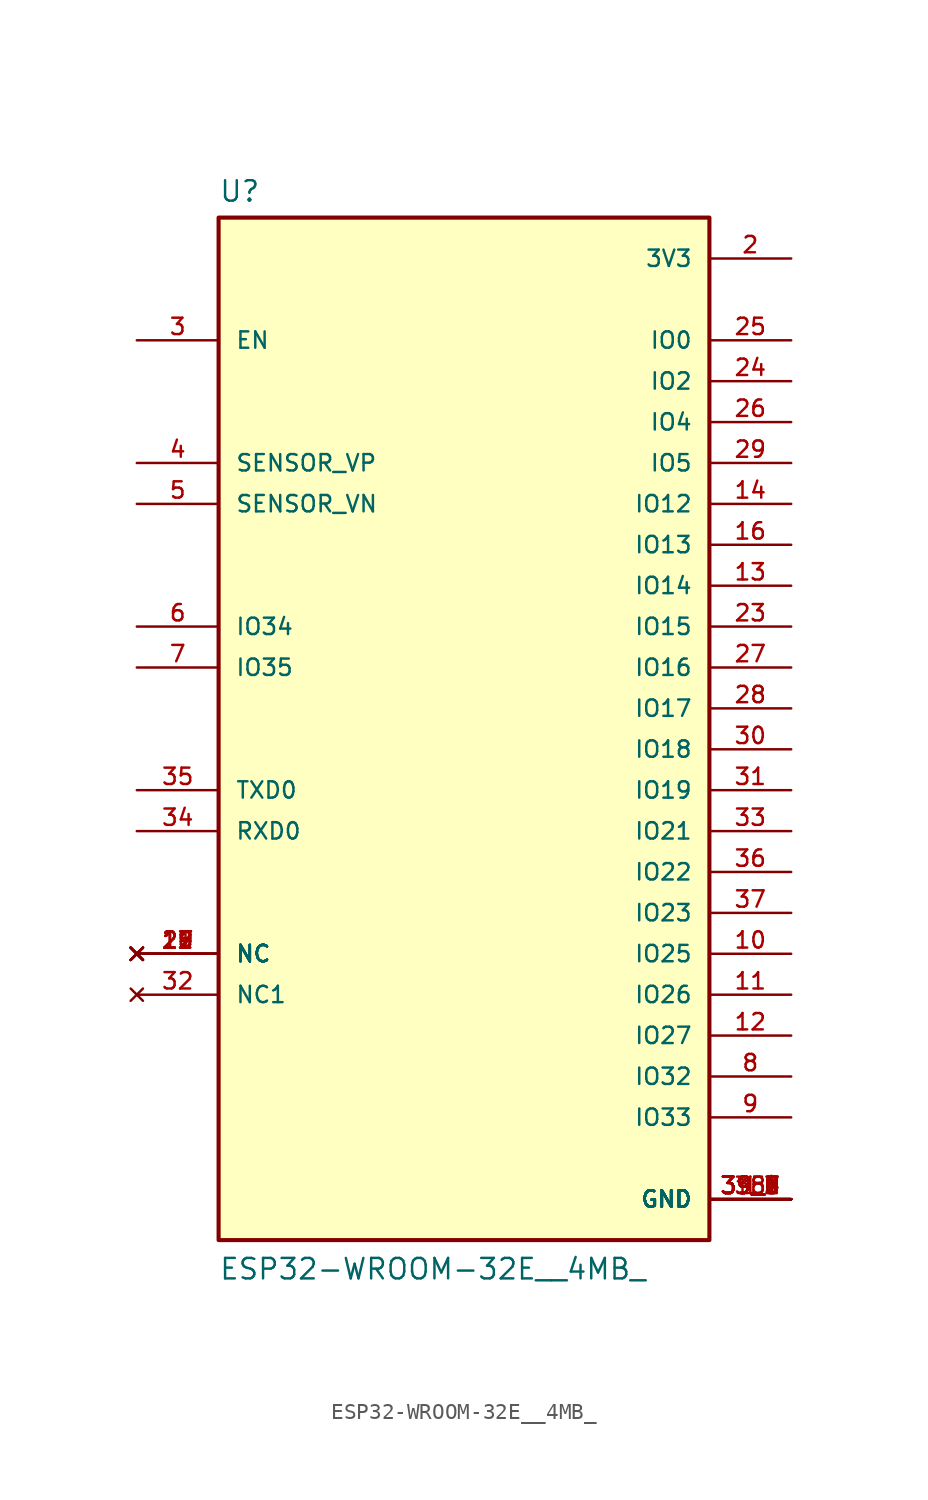
<source format=kicad_sym>
(kicad_symbol_lib
  (version 20211014)
  (generator kicad_symbol_editor)
  (symbol "ESP32-WROOM-32E__4MB_"
    (pin_names
      (offset 1.016))
    (property "Reference" "U"
      (at -15.24 33.909 0)
      (effects (font (size 1.27 1.27)) (justify bottom left)))
    (property "Value" "ESP32-WROOM-32E__4MB_"
      (at -15.24 -33.02 0)
      (effects (font (size 1.27 1.27)) (justify bottom left)))
    (symbol "ESP32-WROOM-32E__4MB__0_0"
      (rectangle (start -15.24 -30.48) (end 15.24 33.02) (stroke (width 0.254)) (fill (type background)))
      (pin power_in line (at 20.32 -27.94 180.0) (length 5.08) (name "GND" (effects (font (size 1.016 1.016)))) (number "1" (effects (font (size 1.016 1.016)))))
      (pin power_in line (at 20.32 -27.94 180.0) (length 5.08) (name "GND" (effects (font (size 1.016 1.016)))) (number "15" (effects (font (size 1.016 1.016)))))
      (pin power_in line (at 20.32 -27.94 180.0) (length 5.08) (name "GND" (effects (font (size 1.016 1.016)))) (number "38" (effects (font (size 1.016 1.016)))))
      (pin power_in line (at 20.32 -27.94 180.0) (length 5.08) (name "GND" (effects (font (size 1.016 1.016)))) (number "39_1" (effects (font (size 1.016 1.016)))))
      (pin power_in line (at 20.32 -27.94 180.0) (length 5.08) (name "GND" (effects (font (size 1.016 1.016)))) (number "39_2" (effects (font (size 1.016 1.016)))))
      (pin power_in line (at 20.32 -27.94 180.0) (length 5.08) (name "GND" (effects (font (size 1.016 1.016)))) (number "39_3" (effects (font (size 1.016 1.016)))))
      (pin power_in line (at 20.32 -27.94 180.0) (length 5.08) (name "GND" (effects (font (size 1.016 1.016)))) (number "39_4" (effects (font (size 1.016 1.016)))))
      (pin power_in line (at 20.32 -27.94 180.0) (length 5.08) (name "GND" (effects (font (size 1.016 1.016)))) (number "39_5" (effects (font (size 1.016 1.016)))))
      (pin power_in line (at 20.32 -27.94 180.0) (length 5.08) (name "GND" (effects (font (size 1.016 1.016)))) (number "39_6" (effects (font (size 1.016 1.016)))))
      (pin power_in line (at 20.32 -27.94 180.0) (length 5.08) (name "GND" (effects (font (size 1.016 1.016)))) (number "39_7" (effects (font (size 1.016 1.016)))))
      (pin power_in line (at 20.32 -27.94 180.0) (length 5.08) (name "GND" (effects (font (size 1.016 1.016)))) (number "39_8" (effects (font (size 1.016 1.016)))))
      (pin power_in line (at 20.32 -27.94 180.0) (length 5.08) (name "GND" (effects (font (size 1.016 1.016)))) (number "39_9" (effects (font (size 1.016 1.016)))))
      (pin power_in line (at 20.32 30.48 180.0) (length 5.08) (name "3V3" (effects (font (size 1.016 1.016)))) (number "2" (effects (font (size 1.016 1.016)))))
      (pin input line (at -20.32 25.4 0) (length 5.08) (name "EN" (effects (font (size 1.016 1.016)))) (number "3" (effects (font (size 1.016 1.016)))))
      (pin input line (at -20.32 17.78 0) (length 5.08) (name "SENSOR_VP" (effects (font (size 1.016 1.016)))) (number "4" (effects (font (size 1.016 1.016)))))
      (pin input line (at -20.32 15.24 0) (length 5.08) (name "SENSOR_VN" (effects (font (size 1.016 1.016)))) (number "5" (effects (font (size 1.016 1.016)))))
      (pin input line (at -20.32 7.62 0) (length 5.08) (name "IO34" (effects (font (size 1.016 1.016)))) (number "6" (effects (font (size 1.016 1.016)))))
      (pin input line (at -20.32 5.08 0) (length 5.08) (name "IO35" (effects (font (size 1.016 1.016)))) (number "7" (effects (font (size 1.016 1.016)))))
      (pin bidirectional line (at 20.32 -22.86 180.0) (length 5.08) (name "IO33" (effects (font (size 1.016 1.016)))) (number "9" (effects (font (size 1.016 1.016)))))
      (pin bidirectional line (at 20.32 -20.32 180.0) (length 5.08) (name "IO32" (effects (font (size 1.016 1.016)))) (number "8" (effects (font (size 1.016 1.016)))))
      (pin bidirectional line (at 20.32 -12.7 180.0) (length 5.08) (name "IO25" (effects (font (size 1.016 1.016)))) (number "10" (effects (font (size 1.016 1.016)))))
      (pin bidirectional line (at 20.32 -15.24 180.0) (length 5.08) (name "IO26" (effects (font (size 1.016 1.016)))) (number "11" (effects (font (size 1.016 1.016)))))
      (pin bidirectional line (at 20.32 -17.78 180.0) (length 5.08) (name "IO27" (effects (font (size 1.016 1.016)))) (number "12" (effects (font (size 1.016 1.016)))))
      (pin bidirectional line (at 20.32 10.16 180.0) (length 5.08) (name "IO14" (effects (font (size 1.016 1.016)))) (number "13" (effects (font (size 1.016 1.016)))))
      (pin bidirectional line (at 20.32 15.24 180.0) (length 5.08) (name "IO12" (effects (font (size 1.016 1.016)))) (number "14" (effects (font (size 1.016 1.016)))))
      (pin bidirectional line (at 20.32 12.7 180.0) (length 5.08) (name "IO13" (effects (font (size 1.016 1.016)))) (number "16" (effects (font (size 1.016 1.016)))))
      (pin bidirectional line (at 20.32 7.62 180.0) (length 5.08) (name "IO15" (effects (font (size 1.016 1.016)))) (number "23" (effects (font (size 1.016 1.016)))))
      (pin bidirectional line (at 20.32 22.86 180.0) (length 5.08) (name "IO2" (effects (font (size 1.016 1.016)))) (number "24" (effects (font (size 1.016 1.016)))))
      (pin bidirectional line (at 20.32 25.4 180.0) (length 5.08) (name "IO0" (effects (font (size 1.016 1.016)))) (number "25" (effects (font (size 1.016 1.016)))))
      (pin bidirectional line (at 20.32 20.32 180.0) (length 5.08) (name "IO4" (effects (font (size 1.016 1.016)))) (number "26" (effects (font (size 1.016 1.016)))))
      (pin bidirectional line (at 20.32 5.08 180.0) (length 5.08) (name "IO16" (effects (font (size 1.016 1.016)))) (number "27" (effects (font (size 1.016 1.016)))))
      (pin bidirectional line (at 20.32 2.54 180.0) (length 5.08) (name "IO17" (effects (font (size 1.016 1.016)))) (number "28" (effects (font (size 1.016 1.016)))))
      (pin bidirectional line (at 20.32 17.78 180.0) (length 5.08) (name "IO5" (effects (font (size 1.016 1.016)))) (number "29" (effects (font (size 1.016 1.016)))))
      (pin bidirectional line (at 20.32 0.0 180.0) (length 5.08) (name "IO18" (effects (font (size 1.016 1.016)))) (number "30" (effects (font (size 1.016 1.016)))))
      (pin bidirectional line (at 20.32 -2.54 180.0) (length 5.08) (name "IO19" (effects (font (size 1.016 1.016)))) (number "31" (effects (font (size 1.016 1.016)))))
      (pin bidirectional line (at 20.32 -5.08 180.0) (length 5.08) (name "IO21" (effects (font (size 1.016 1.016)))) (number "33" (effects (font (size 1.016 1.016)))))
      (pin bidirectional line (at 20.32 -7.62 180.0) (length 5.08) (name "IO22" (effects (font (size 1.016 1.016)))) (number "36" (effects (font (size 1.016 1.016)))))
      (pin bidirectional line (at 20.32 -10.16 180.0) (length 5.08) (name "IO23" (effects (font (size 1.016 1.016)))) (number "37" (effects (font (size 1.016 1.016)))))
      (pin bidirectional line (at -20.32 -5.08 0) (length 5.08) (name "RXD0" (effects (font (size 1.016 1.016)))) (number "34" (effects (font (size 1.016 1.016)))))
      (pin bidirectional line (at -20.32 -2.54 0) (length 5.08) (name "TXD0" (effects (font (size 1.016 1.016)))) (number "35" (effects (font (size 1.016 1.016)))))
      (pin no_connect line (at -20.32 -12.7 0) (length 5.08) (name "NC" (effects (font (size 1.016 1.016)))) (number "17" (effects (font (size 1.016 1.016)))))
      (pin no_connect line (at -20.32 -12.7 0) (length 5.08) (name "NC" (effects (font (size 1.016 1.016)))) (number "18" (effects (font (size 1.016 1.016)))))
      (pin no_connect line (at -20.32 -12.7 0) (length 5.08) (name "NC" (effects (font (size 1.016 1.016)))) (number "19" (effects (font (size 1.016 1.016)))))
      (pin no_connect line (at -20.32 -12.7 0) (length 5.08) (name "NC" (effects (font (size 1.016 1.016)))) (number "20" (effects (font (size 1.016 1.016)))))
      (pin no_connect line (at -20.32 -12.7 0) (length 5.08) (name "NC" (effects (font (size 1.016 1.016)))) (number "21" (effects (font (size 1.016 1.016)))))
      (pin no_connect line (at -20.32 -12.7 0) (length 5.08) (name "NC" (effects (font (size 1.016 1.016)))) (number "22" (effects (font (size 1.016 1.016)))))
      (pin no_connect line (at -20.32 -15.24 0) (length 5.08) (name "NC1" (effects (font (size 1.016 1.016)))) (number "32" (effects (font (size 1.016 1.016))))))))
</source>
